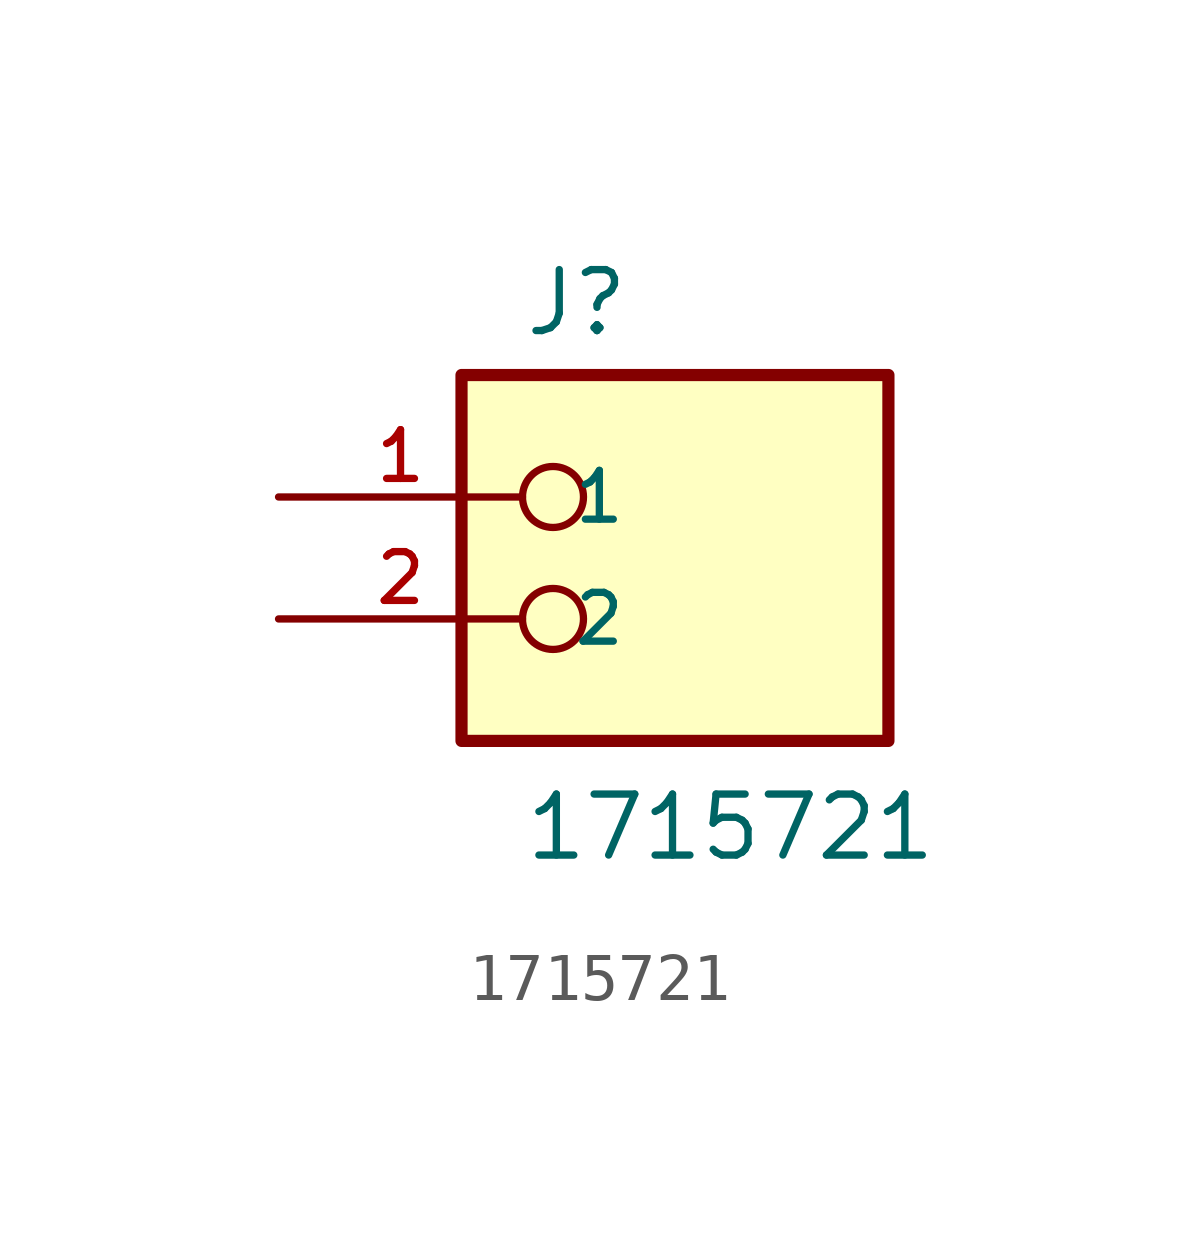
<source format=kicad_sym>
(kicad_symbol_lib
  (version 20211014)
  (generator kicad_symbol_editor)
  (symbol "1715721"
    (pin_names
      (offset 1.016))
    (property "Reference" "J"
      (at -2.54 3.302 0)
      (effects (font (size 1.27 1.27)) (justify bottom left)))
    (property "Value" "1715721"
      (at -2.54 -7.62 0)
      (effects (font (size 1.27 1.27)) (justify bottom left)))
    (symbol "1715721_0_0"
      (circle (center -1.905 0.0) (radius 0.635) (stroke (width 0.152)) (fill (type none)))
      (circle (center -1.905 -2.54) (radius 0.635) (stroke (width 0.152)) (fill (type none)))
      (rectangle (start -3.81 -5.08) (end 5.08 2.54) (stroke (width 0.254)) (fill (type background)))
      (pin passive line (at -7.62 0.0 0) (length 5.08) (name "1" (effects (font (size 1.016 1.016)))) (number "1" (effects (font (size 1.016 1.016)))))
      (pin passive line (at -7.62 -2.54 0) (length 5.08) (name "2" (effects (font (size 1.016 1.016)))) (number "2" (effects (font (size 1.016 1.016))))))))
</source>
